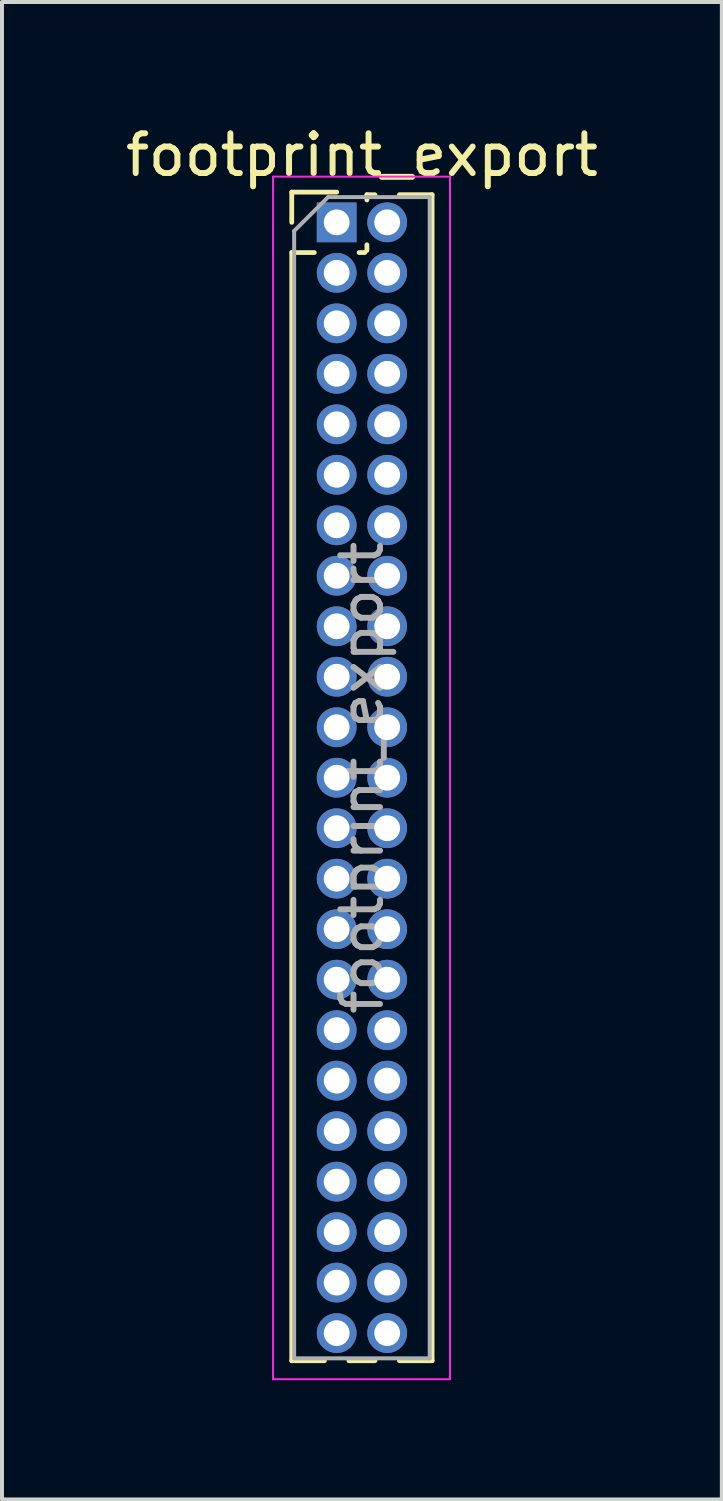
<source format=kicad_pcb>
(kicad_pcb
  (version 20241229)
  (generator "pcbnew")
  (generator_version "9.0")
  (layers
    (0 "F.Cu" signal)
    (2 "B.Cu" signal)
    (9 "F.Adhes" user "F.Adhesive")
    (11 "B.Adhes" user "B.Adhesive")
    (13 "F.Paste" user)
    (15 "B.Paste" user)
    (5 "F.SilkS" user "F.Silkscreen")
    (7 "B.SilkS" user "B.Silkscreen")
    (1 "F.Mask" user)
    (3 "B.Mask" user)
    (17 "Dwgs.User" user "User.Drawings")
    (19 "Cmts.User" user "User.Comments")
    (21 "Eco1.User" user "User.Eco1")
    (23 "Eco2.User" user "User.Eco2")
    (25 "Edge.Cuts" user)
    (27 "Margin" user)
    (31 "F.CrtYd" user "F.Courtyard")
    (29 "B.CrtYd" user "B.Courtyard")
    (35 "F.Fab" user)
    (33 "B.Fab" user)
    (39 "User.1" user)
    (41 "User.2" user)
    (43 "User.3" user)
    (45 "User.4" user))
  (footprint "footprint_export"
    (layer "F.Cu")
    (at 5.419 2.543)
    (property "Reference" "footprint_export" (at 0.635 -1.695 0) (layer "F.SilkS") (effects (font (size 1 1) (thickness 0.15))))
    (attr through_hole)
    (fp_line (start -1.13 -0.76) (end 0 -0.76) (stroke (width 0.12) (type solid)) (layer "F.SilkS"))
    (fp_line (start -1.13 0) (end -1.13 -0.76) (stroke (width 0.12) (type solid)) (layer "F.SilkS"))
    (fp_line (start -1.13 0.76) (end -1.13 28.635) (stroke (width 0.12) (type solid)) (layer "F.SilkS"))
    (fp_line (start -1.13 0.76) (end -0.563 0.76) (stroke (width 0.12) (type solid)) (layer "F.SilkS"))
    (fp_line (start -1.13 28.635) (end -0.308 28.635) (stroke (width 0.12) (type solid)) (layer "F.SilkS"))
    (fp_line (start 0.308 28.635) (end 0.962 28.635) (stroke (width 0.12) (type solid)) (layer "F.SilkS"))
    (fp_line (start 0.563 0.76) (end 0.707 0.76) (stroke (width 0.12) (type solid)) (layer "F.SilkS"))
    (fp_line (start 0.76 -0.695) (end 0.962 -0.695) (stroke (width 0.12) (type solid)) (layer "F.SilkS"))
    (fp_line (start 0.76 -0.563) (end 0.76 -0.695) (stroke (width 0.12) (type solid)) (layer "F.SilkS"))
    (fp_line (start 0.76 0.707) (end 0.76 0.563) (stroke (width 0.12) (type solid)) (layer "F.SilkS"))
    (fp_line (start 1.578 -0.695) (end 2.4 -0.695) (stroke (width 0.12) (type solid)) (layer "F.SilkS"))
    (fp_line (start 1.578 28.635) (end 2.4 28.635) (stroke (width 0.12) (type solid)) (layer "F.SilkS"))
    (fp_line (start 2.4 -0.695) (end 2.4 28.635) (stroke (width 0.12) (type solid)) (layer "F.SilkS"))
    (fp_line (start -1.6 -1.15) (end -1.6 29.1) (stroke (width 0.05) (type solid)) (layer "F.CrtYd"))
    (fp_line (start -1.6 29.1) (end 2.85 29.1) (stroke (width 0.05) (type solid)) (layer "F.CrtYd"))
    (fp_line (start 2.85 -1.15) (end -1.6 -1.15) (stroke (width 0.05) (type solid)) (layer "F.CrtYd"))
    (fp_line (start 2.85 29.1) (end 2.85 -1.15) (stroke (width 0.05) (type solid)) (layer "F.CrtYd"))
    (fp_line (start -1.07 0.217) (end -0.217 -0.635) (stroke (width 0.1) (type solid)) (layer "F.Fab"))
    (fp_line (start -1.07 28.575) (end -1.07 0.217) (stroke (width 0.1) (type solid)) (layer "F.Fab"))
    (fp_line (start -0.217 -0.635) (end 2.34 -0.635) (stroke (width 0.1) (type solid)) (layer "F.Fab"))
    (fp_line (start 2.34 -0.635) (end 2.34 28.575) (stroke (width 0.1) (type solid)) (layer "F.Fab"))
    (fp_line (start 2.34 28.575) (end -1.07 28.575) (stroke (width 0.1) (type solid)) (layer "F.Fab"))
    (fp_text user "${REFERENCE}" (at 0.635 13.97 90) (layer "F.Fab") (effects (font (size 1 1) (thickness 0.15))))
    (pad "1" thru_hole rect (at 0 0) (size 1 1) (drill 0.65) (layers "*.Cu" "*.Mask"))
    (pad "2" thru_hole oval (at 1.27 0) (size 1 1) (drill 0.65) (layers "*.Cu" "*.Mask"))
    (pad "3" thru_hole oval (at 0 1.27) (size 1 1) (drill 0.65) (layers "*.Cu" "*.Mask"))
    (pad "4" thru_hole oval (at 1.27 1.27) (size 1 1) (drill 0.65) (layers "*.Cu" "*.Mask"))
    (pad "5" thru_hole oval (at 0 2.54) (size 1 1) (drill 0.65) (layers "*.Cu" "*.Mask"))
    (pad "6" thru_hole oval (at 1.27 2.54) (size 1 1) (drill 0.65) (layers "*.Cu" "*.Mask"))
    (pad "7" thru_hole oval (at 0 3.81) (size 1 1) (drill 0.65) (layers "*.Cu" "*.Mask"))
    (pad "8" thru_hole oval (at 1.27 3.81) (size 1 1) (drill 0.65) (layers "*.Cu" "*.Mask"))
    (pad "9" thru_hole oval (at 0 5.08) (size 1 1) (drill 0.65) (layers "*.Cu" "*.Mask"))
    (pad "10" thru_hole oval (at 1.27 5.08) (size 1 1) (drill 0.65) (layers "*.Cu" "*.Mask"))
    (pad "11" thru_hole oval (at 0 6.35) (size 1 1) (drill 0.65) (layers "*.Cu" "*.Mask"))
    (pad "12" thru_hole oval (at 1.27 6.35) (size 1 1) (drill 0.65) (layers "*.Cu" "*.Mask"))
    (pad "13" thru_hole oval (at 0 7.62) (size 1 1) (drill 0.65) (layers "*.Cu" "*.Mask"))
    (pad "14" thru_hole oval (at 1.27 7.62) (size 1 1) (drill 0.65) (layers "*.Cu" "*.Mask"))
    (pad "15" thru_hole oval (at 0 8.89) (size 1 1) (drill 0.65) (layers "*.Cu" "*.Mask"))
    (pad "16" thru_hole oval (at 1.27 8.89) (size 1 1) (drill 0.65) (layers "*.Cu" "*.Mask"))
    (pad "17" thru_hole oval (at 0 10.16) (size 1 1) (drill 0.65) (layers "*.Cu" "*.Mask"))
    (pad "18" thru_hole oval (at 1.27 10.16) (size 1 1) (drill 0.65) (layers "*.Cu" "*.Mask"))
    (pad "19" thru_hole oval (at 0 11.43) (size 1 1) (drill 0.65) (layers "*.Cu" "*.Mask"))
    (pad "20" thru_hole oval (at 1.27 11.43) (size 1 1) (drill 0.65) (layers "*.Cu" "*.Mask"))
    (pad "21" thru_hole oval (at 0 12.7) (size 1 1) (drill 0.65) (layers "*.Cu" "*.Mask"))
    (pad "22" thru_hole oval (at 1.27 12.7) (size 1 1) (drill 0.65) (layers "*.Cu" "*.Mask"))
    (pad "23" thru_hole oval (at 0 13.97) (size 1 1) (drill 0.65) (layers "*.Cu" "*.Mask"))
    (pad "24" thru_hole oval (at 1.27 13.97) (size 1 1) (drill 0.65) (layers "*.Cu" "*.Mask"))
    (pad "25" thru_hole oval (at 0 15.24) (size 1 1) (drill 0.65) (layers "*.Cu" "*.Mask"))
    (pad "26" thru_hole oval (at 1.27 15.24) (size 1 1) (drill 0.65) (layers "*.Cu" "*.Mask"))
    (pad "27" thru_hole oval (at 0 16.51) (size 1 1) (drill 0.65) (layers "*.Cu" "*.Mask"))
    (pad "28" thru_hole oval (at 1.27 16.51) (size 1 1) (drill 0.65) (layers "*.Cu" "*.Mask"))
    (pad "29" thru_hole oval (at 0 17.78) (size 1 1) (drill 0.65) (layers "*.Cu" "*.Mask"))
    (pad "30" thru_hole oval (at 1.27 17.78) (size 1 1) (drill 0.65) (layers "*.Cu" "*.Mask"))
    (pad "31" thru_hole oval (at 0 19.05) (size 1 1) (drill 0.65) (layers "*.Cu" "*.Mask"))
    (pad "32" thru_hole oval (at 1.27 19.05) (size 1 1) (drill 0.65) (layers "*.Cu" "*.Mask"))
    (pad "33" thru_hole oval (at 0 20.32) (size 1 1) (drill 0.65) (layers "*.Cu" "*.Mask"))
    (pad "34" thru_hole oval (at 1.27 20.32) (size 1 1) (drill 0.65) (layers "*.Cu" "*.Mask"))
    (pad "35" thru_hole oval (at 0 21.59) (size 1 1) (drill 0.65) (layers "*.Cu" "*.Mask"))
    (pad "36" thru_hole oval (at 1.27 21.59) (size 1 1) (drill 0.65) (layers "*.Cu" "*.Mask"))
    (pad "37" thru_hole oval (at 0 22.86) (size 1 1) (drill 0.65) (layers "*.Cu" "*.Mask"))
    (pad "38" thru_hole oval (at 1.27 22.86) (size 1 1) (drill 0.65) (layers "*.Cu" "*.Mask"))
    (pad "39" thru_hole oval (at 0 24.13) (size 1 1) (drill 0.65) (layers "*.Cu" "*.Mask"))
    (pad "40" thru_hole oval (at 1.27 24.13) (size 1 1) (drill 0.65) (layers "*.Cu" "*.Mask"))
    (pad "41" thru_hole oval (at 0 25.4) (size 1 1) (drill 0.65) (layers "*.Cu" "*.Mask"))
    (pad "42" thru_hole oval (at 1.27 25.4) (size 1 1) (drill 0.65) (layers "*.Cu" "*.Mask"))
    (pad "43" thru_hole oval (at 0 26.67) (size 1 1) (drill 0.65) (layers "*.Cu" "*.Mask"))
    (pad "44" thru_hole oval (at 1.27 26.67) (size 1 1) (drill 0.65) (layers "*.Cu" "*.Mask"))
    (pad "45" thru_hole oval (at 0 27.94) (size 1 1) (drill 0.65) (layers "*.Cu" "*.Mask"))
    (pad "46" thru_hole oval (at 1.27 27.94) (size 1 1) (drill 0.65) (layers "*.Cu" "*.Mask")))
  (gr_rect
    (start -3 -3)
    (end 15.107 34.668)
    (stroke (width 0.1) (type default))
    (fill no)
    (layer "Edge.Cuts")))
</source>
